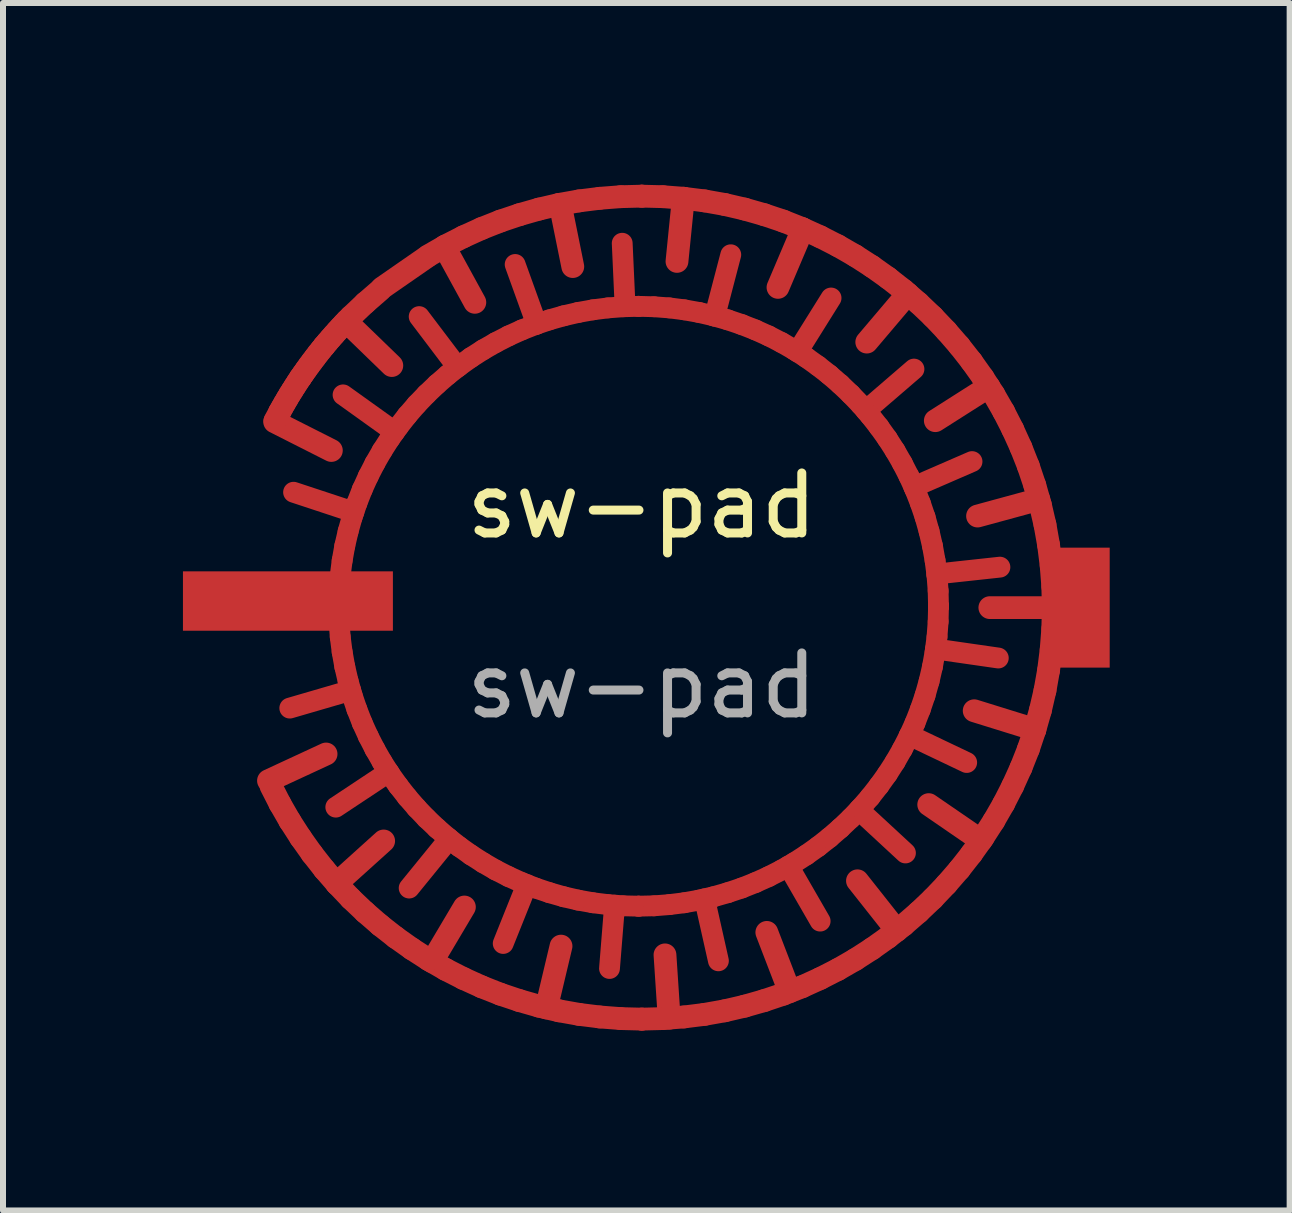
<source format=kicad_pcb>
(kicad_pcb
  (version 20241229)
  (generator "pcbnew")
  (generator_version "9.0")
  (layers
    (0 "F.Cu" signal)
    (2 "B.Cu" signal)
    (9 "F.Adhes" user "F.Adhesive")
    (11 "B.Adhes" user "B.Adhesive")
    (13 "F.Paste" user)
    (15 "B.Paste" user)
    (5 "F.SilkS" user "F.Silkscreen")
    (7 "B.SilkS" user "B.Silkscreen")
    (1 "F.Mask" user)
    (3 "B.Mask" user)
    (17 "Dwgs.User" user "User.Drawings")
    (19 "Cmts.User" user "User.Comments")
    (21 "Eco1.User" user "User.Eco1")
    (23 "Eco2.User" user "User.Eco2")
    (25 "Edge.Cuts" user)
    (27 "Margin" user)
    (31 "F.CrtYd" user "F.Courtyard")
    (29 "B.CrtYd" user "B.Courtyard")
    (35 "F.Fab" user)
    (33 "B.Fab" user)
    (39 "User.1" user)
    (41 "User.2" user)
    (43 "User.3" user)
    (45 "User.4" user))
  (footprint "sw-pad"
    (layer "F.Cu")
    (at 7.65 7.09)
    (property "Reference" "sw-pad" (at 0 -1.71 0) (unlocked yes) (layer "F.SilkS") (effects (font (size 1 1) (thickness 0.15))))
    (attr smd)
    (fp_line (start -6.224 2.875) (end -5.264 2.43) (stroke (width 0.38) (type solid)) (layer "F.Cu"))
    (fp_line (start -6.121 -3.108) (end -5.176 -2.63) (stroke (width 0.38) (type solid)) (layer "F.Cu"))
    (fp_line (start -6.115 -3.129) (end -6.036 -3.275) (stroke (width 0.38) (type solid)) (layer "F.Cu"))
    (fp_line (start -6.036 -3.275) (end -6.036 -3.275) (stroke (width 0.38) (type solid)) (layer "F.Cu"))
    (fp_line (start -6.036 -3.275) (end -5.996 -3.347) (stroke (width 0.38) (type solid)) (layer "F.Cu"))
    (fp_line (start -6.032 3.26) (end -6.183 2.964) (stroke (width 0.38) (type solid)) (layer "F.Cu"))
    (fp_line (start -5.996 -3.347) (end -5.955 -3.419) (stroke (width 0.38) (type solid)) (layer "F.Cu"))
    (fp_line (start -5.955 -3.419) (end -5.913 -3.491) (stroke (width 0.38) (type solid)) (layer "F.Cu"))
    (fp_line (start -5.913 -3.491) (end -5.871 -3.562) (stroke (width 0.38) (type solid)) (layer "F.Cu"))
    (fp_line (start -5.871 -3.562) (end -5.827 -3.632) (stroke (width 0.38) (type solid)) (layer "F.Cu"))
    (fp_line (start -5.867 3.547) (end -6.032 3.26) (stroke (width 0.38) (type solid)) (layer "F.Cu"))
    (fp_line (start -5.827 -3.632) (end -5.783 -3.702) (stroke (width 0.38) (type solid)) (layer "F.Cu"))
    (fp_line (start -5.783 -3.702) (end -5.738 -3.772) (stroke (width 0.38) (type solid)) (layer "F.Cu"))
    (fp_line (start -5.738 -3.772) (end -5.692 -3.841) (stroke (width 0.38) (type solid)) (layer "F.Cu"))
    (fp_line (start -5.692 -3.841) (end -5.692 -3.841) (stroke (width 0.38) (type solid)) (layer "F.Cu"))
    (fp_line (start -5.692 -3.841) (end -5.645 -3.909) (stroke (width 0.38) (type solid)) (layer "F.Cu"))
    (fp_line (start -5.688 3.825) (end -5.867 3.547) (stroke (width 0.38) (type solid)) (layer "F.Cu"))
    (fp_line (start -5.645 -3.909) (end -5.597 -3.977) (stroke (width 0.38) (type solid)) (layer "F.Cu"))
    (fp_line (start -5.597 -3.977) (end -5.549 -4.044) (stroke (width 0.38) (type solid)) (layer "F.Cu"))
    (fp_line (start -5.549 -4.044) (end -5.499 -4.111) (stroke (width 0.38) (type solid)) (layer "F.Cu"))
    (fp_line (start -5.499 -4.111) (end -5.449 -4.177) (stroke (width 0.38) (type solid)) (layer "F.Cu"))
    (fp_line (start -5.497 4.094) (end -5.688 3.825) (stroke (width 0.38) (type solid)) (layer "F.Cu"))
    (fp_line (start -5.449 -4.177) (end -5.399 -4.243) (stroke (width 0.38) (type solid)) (layer "F.Cu"))
    (fp_line (start -5.399 -4.243) (end -5.347 -4.308) (stroke (width 0.38) (type solid)) (layer "F.Cu"))
    (fp_line (start -5.347 -4.308) (end -5.295 -4.372) (stroke (width 0.38) (type solid)) (layer "F.Cu"))
    (fp_line (start -5.295 -4.372) (end -5.295 -4.372) (stroke (width 0.38) (type solid)) (layer "F.Cu"))
    (fp_line (start -5.295 -4.372) (end -5.242 -4.435) (stroke (width 0.38) (type solid)) (layer "F.Cu"))
    (fp_line (start -5.293 4.354) (end -5.497 4.094) (stroke (width 0.38) (type solid)) (layer "F.Cu"))
    (fp_line (start -5.242 -4.435) (end -5.188 -4.498) (stroke (width 0.38) (type solid)) (layer "F.Cu"))
    (fp_line (start -5.188 -4.498) (end -5.133 -4.56) (stroke (width 0.38) (type solid)) (layer "F.Cu"))
    (fp_line (start -5.133 -4.56) (end -5.078 -4.622) (stroke (width 0.38) (type solid)) (layer "F.Cu"))
    (fp_line (start -5.09 4.589) (end -4.304 3.88) (stroke (width 0.38) (type solid)) (layer "F.Cu"))
    (fp_line (start -5.078 -4.622) (end -5.022 -4.683) (stroke (width 0.38) (type solid)) (layer "F.Cu"))
    (fp_line (start -5.078 4.602) (end -5.293 4.354) (stroke (width 0.38) (type solid)) (layer "F.Cu"))
    (fp_line (start -5.028 -0.544) (end -4.996 -0.794) (stroke (width 0.347) (type solid)) (layer "F.Cu"))
    (fp_line (start -5.028 0.478) (end -5.047 0.224) (stroke (width 0.347) (type solid)) (layer "F.Cu"))
    (fp_line (start -5.022 -4.683) (end -4.966 -4.743) (stroke (width 0.38) (type solid)) (layer "F.Cu"))
    (fp_line (start -4.996 -0.794) (end -4.952 -1.04) (stroke (width 0.347) (type solid)) (layer "F.Cu"))
    (fp_line (start -4.996 0.729) (end -5.028 0.478) (stroke (width 0.347) (type solid)) (layer "F.Cu"))
    (fp_line (start -4.966 -4.743) (end -4.909 -4.802) (stroke (width 0.38) (type solid)) (layer "F.Cu"))
    (fp_line (start -4.952 -1.04) (end -4.896 -1.282) (stroke (width 0.347) (type solid)) (layer "F.Cu"))
    (fp_line (start -4.952 0.975) (end -4.996 0.729) (stroke (width 0.347) (type solid)) (layer "F.Cu"))
    (fp_line (start -4.928 -4.782) (end -4.168 -4.046) (stroke (width 0.38) (type solid)) (layer "F.Cu"))
    (fp_line (start -4.909 -4.802) (end -4.851 -4.861) (stroke (width 0.38) (type solid)) (layer "F.Cu"))
    (fp_line (start -4.896 -1.282) (end -4.829 -1.52) (stroke (width 0.347) (type solid)) (layer "F.Cu"))
    (fp_line (start -4.896 1.217) (end -4.952 0.975) (stroke (width 0.347) (type solid)) (layer "F.Cu"))
    (fp_line (start -4.853 1.369) (end -5.869 1.665) (stroke (width 0.347) (type solid)) (layer "F.Cu"))
    (fp_line (start -4.851 -4.861) (end -4.612 -5.088) (stroke (width 0.38) (type solid)) (layer "F.Cu"))
    (fp_line (start -4.851 4.841) (end -5.078 4.602) (stroke (width 0.38) (type solid)) (layer "F.Cu"))
    (fp_line (start -4.829 -1.52) (end -4.75 -1.752) (stroke (width 0.347) (type solid)) (layer "F.Cu"))
    (fp_line (start -4.829 1.454) (end -4.896 1.217) (stroke (width 0.347) (type solid)) (layer "F.Cu"))
    (fp_line (start -4.801 -1.602) (end -5.806 -1.934) (stroke (width 0.347) (type solid)) (layer "F.Cu"))
    (fp_line (start -4.75 -1.752) (end -4.661 -1.979) (stroke (width 0.347) (type solid)) (layer "F.Cu"))
    (fp_line (start -4.75 1.686) (end -4.829 1.454) (stroke (width 0.347) (type solid)) (layer "F.Cu"))
    (fp_line (start -4.661 -1.979) (end -4.56 -2.201) (stroke (width 0.347) (type solid)) (layer "F.Cu"))
    (fp_line (start -4.661 1.913) (end -4.75 1.686) (stroke (width 0.347) (type solid)) (layer "F.Cu"))
    (fp_line (start -4.612 -5.088) (end -4.364 -5.303) (stroke (width 0.38) (type solid)) (layer "F.Cu"))
    (fp_line (start -4.612 5.068) (end -4.851 4.841) (stroke (width 0.38) (type solid)) (layer "F.Cu"))
    (fp_line (start -4.56 -2.201) (end -4.45 -2.416) (stroke (width 0.347) (type solid)) (layer "F.Cu"))
    (fp_line (start -4.56 2.135) (end -4.661 1.913) (stroke (width 0.347) (type solid)) (layer "F.Cu"))
    (fp_line (start -4.45 -2.416) (end -4.33 -2.625) (stroke (width 0.347) (type solid)) (layer "F.Cu"))
    (fp_line (start -4.45 2.35) (end -4.56 2.135) (stroke (width 0.347) (type solid)) (layer "F.Cu"))
    (fp_line (start -4.364 5.283) (end -4.612 5.068) (stroke (width 0.38) (type solid)) (layer "F.Cu"))
    (fp_line (start -4.33 -2.625) (end -4.2 -2.828) (stroke (width 0.347) (type solid)) (layer "F.Cu"))
    (fp_line (start -4.33 2.56) (end -4.45 2.35) (stroke (width 0.347) (type solid)) (layer "F.Cu"))
    (fp_line (start -4.22 2.731) (end -5.102 3.316) (stroke (width 0.347) (type solid)) (layer "F.Cu"))
    (fp_line (start -4.2 -2.828) (end -4.06 -3.024) (stroke (width 0.347) (type solid)) (layer "F.Cu"))
    (fp_line (start -4.2 2.763) (end -4.33 2.56) (stroke (width 0.347) (type solid)) (layer "F.Cu"))
    (fp_line (start -4.121 -2.941) (end -4.981 -3.557) (stroke (width 0.347) (type solid)) (layer "F.Cu"))
    (fp_line (start -4.104 5.487) (end -4.364 5.283) (stroke (width 0.38) (type solid)) (layer "F.Cu"))
    (fp_line (start -4.06 -3.024) (end -3.912 -3.213) (stroke (width 0.347) (type solid)) (layer "F.Cu"))
    (fp_line (start -4.06 2.959) (end -4.2 2.763) (stroke (width 0.347) (type solid)) (layer "F.Cu"))
    (fp_line (start -3.912 -3.213) (end -3.755 -3.395) (stroke (width 0.347) (type solid)) (layer "F.Cu"))
    (fp_line (start -3.912 3.148) (end -4.06 2.959) (stroke (width 0.347) (type solid)) (layer "F.Cu"))
    (fp_line (start -3.835 5.678) (end -4.104 5.487) (stroke (width 0.38) (type solid)) (layer "F.Cu"))
    (fp_line (start -3.755 -3.395) (end -3.589 -3.568) (stroke (width 0.347) (type solid)) (layer "F.Cu"))
    (fp_line (start -3.755 3.329) (end -3.912 3.148) (stroke (width 0.347) (type solid)) (layer "F.Cu"))
    (fp_line (start -3.589 -3.568) (end -3.415 -3.734) (stroke (width 0.347) (type solid)) (layer "F.Cu"))
    (fp_line (start -3.589 3.503) (end -3.755 3.329) (stroke (width 0.347) (type solid)) (layer "F.Cu"))
    (fp_line (start -3.58 -5.86) (end -4.33 -5.34) (stroke (width 0.38) (type solid)) (layer "F.Cu"))
    (fp_line (start -3.557 -5.877) (end -3.27 -6.042) (stroke (width 0.38) (type solid)) (layer "F.Cu"))
    (fp_line (start -3.557 5.857) (end -3.835 5.678) (stroke (width 0.38) (type solid)) (layer "F.Cu"))
    (fp_line (start -3.498 5.891) (end -2.958 4.981) (stroke (width 0.38) (type solid)) (layer "F.Cu"))
    (fp_line (start -3.415 -3.734) (end -3.234 -3.891) (stroke (width 0.347) (type solid)) (layer "F.Cu"))
    (fp_line (start -3.415 3.668) (end -3.589 3.503) (stroke (width 0.347) (type solid)) (layer "F.Cu"))
    (fp_line (start -3.292 -6.028) (end -2.784 -5.1) (stroke (width 0.38) (type solid)) (layer "F.Cu"))
    (fp_line (start -3.27 -6.042) (end -2.974 -6.193) (stroke (width 0.38) (type solid)) (layer "F.Cu"))
    (fp_line (start -3.27 6.022) (end -3.557 5.857) (stroke (width 0.38) (type solid)) (layer "F.Cu"))
    (fp_line (start -3.234 -3.891) (end -3.045 -4.039) (stroke (width 0.347) (type solid)) (layer "F.Cu"))
    (fp_line (start -3.234 3.825) (end -3.415 3.668) (stroke (width 0.347) (type solid)) (layer "F.Cu"))
    (fp_line (start -3.211 3.844) (end -3.879 4.665) (stroke (width 0.347) (type solid)) (layer "F.Cu"))
    (fp_line (start -3.073 -4.018) (end -3.712 -4.862) (stroke (width 0.347) (type solid)) (layer "F.Cu"))
    (fp_line (start -3.045 -4.039) (end -2.849 -4.179) (stroke (width 0.347) (type solid)) (layer "F.Cu"))
    (fp_line (start -3.045 3.974) (end -3.234 3.825) (stroke (width 0.347) (type solid)) (layer "F.Cu"))
    (fp_line (start -2.974 -6.193) (end -2.67 -6.331) (stroke (width 0.38) (type solid)) (layer "F.Cu"))
    (fp_line (start -2.974 6.173) (end -3.27 6.022) (stroke (width 0.38) (type solid)) (layer "F.Cu"))
    (fp_line (start -2.849 -4.179) (end -2.646 -4.309) (stroke (width 0.347) (type solid)) (layer "F.Cu"))
    (fp_line (start -2.849 4.113) (end -3.045 3.974) (stroke (width 0.347) (type solid)) (layer "F.Cu"))
    (fp_line (start -2.67 -6.331) (end -2.359 -6.454) (stroke (width 0.38) (type solid)) (layer "F.Cu"))
    (fp_line (start -2.67 6.311) (end -2.974 6.173) (stroke (width 0.38) (type solid)) (layer "F.Cu"))
    (fp_line (start -2.646 -4.309) (end -2.437 -4.429) (stroke (width 0.347) (type solid)) (layer "F.Cu"))
    (fp_line (start -2.646 4.243) (end -2.849 4.113) (stroke (width 0.347) (type solid)) (layer "F.Cu"))
    (fp_line (start -2.437 -4.429) (end -2.221 -4.54) (stroke (width 0.347) (type solid)) (layer "F.Cu"))
    (fp_line (start -2.437 4.364) (end -2.646 4.243) (stroke (width 0.347) (type solid)) (layer "F.Cu"))
    (fp_line (start -2.359 -6.454) (end -2.04 -6.561) (stroke (width 0.38) (type solid)) (layer "F.Cu"))
    (fp_line (start -2.359 6.434) (end -2.67 6.311) (stroke (width 0.38) (type solid)) (layer "F.Cu"))
    (fp_line (start -2.221 -4.54) (end -2 -4.64) (stroke (width 0.347) (type solid)) (layer "F.Cu"))
    (fp_line (start -2.221 4.474) (end -2.437 4.364) (stroke (width 0.347) (type solid)) (layer "F.Cu"))
    (fp_line (start -2.04 -6.561) (end -1.714 -6.654) (stroke (width 0.38) (type solid)) (layer "F.Cu"))
    (fp_line (start -2.04 6.541) (end -2.359 6.434) (stroke (width 0.38) (type solid)) (layer "F.Cu"))
    (fp_line (start -2 -4.64) (end -1.773 -4.729) (stroke (width 0.347) (type solid)) (layer "F.Cu"))
    (fp_line (start -2 4.574) (end -2.221 4.474) (stroke (width 0.347) (type solid)) (layer "F.Cu"))
    (fp_line (start -1.917 4.607) (end -2.311 5.589) (stroke (width 0.347) (type solid)) (layer "F.Cu"))
    (fp_line (start -1.773 -4.729) (end -1.54 -4.808) (stroke (width 0.347) (type solid)) (layer "F.Cu"))
    (fp_line (start -1.773 4.664) (end -2 4.574) (stroke (width 0.347) (type solid)) (layer "F.Cu"))
    (fp_line (start -1.753 -4.735) (end -2.112 -5.731) (stroke (width 0.347) (type solid)) (layer "F.Cu"))
    (fp_line (start -1.714 -6.654) (end -1.383 -6.731) (stroke (width 0.38) (type solid)) (layer "F.Cu"))
    (fp_line (start -1.714 6.634) (end -2.04 6.541) (stroke (width 0.38) (type solid)) (layer "F.Cu"))
    (fp_line (start -1.592 6.663) (end -1.347 5.633) (stroke (width 0.38) (type solid)) (layer "F.Cu"))
    (fp_line (start -1.54 -4.808) (end -1.303 -4.875) (stroke (width 0.347) (type solid)) (layer "F.Cu"))
    (fp_line (start -1.54 4.742) (end -1.773 4.664) (stroke (width 0.347) (type solid)) (layer "F.Cu"))
    (fp_line (start -1.383 -6.731) (end -1.045 -6.791) (stroke (width 0.38) (type solid)) (layer "F.Cu"))
    (fp_line (start -1.382 6.711) (end -1.714 6.634) (stroke (width 0.38) (type solid)) (layer "F.Cu"))
    (fp_line (start -1.361 -6.733) (end -1.151 -5.696) (stroke (width 0.38) (type solid)) (layer "F.Cu"))
    (fp_line (start -1.303 -4.875) (end -1.061 -4.931) (stroke (width 0.347) (type solid)) (layer "F.Cu"))
    (fp_line (start -1.303 4.81) (end -1.54 4.742) (stroke (width 0.347) (type solid)) (layer "F.Cu"))
    (fp_line (start -1.061 -4.931) (end -0.815 -4.975) (stroke (width 0.347) (type solid)) (layer "F.Cu"))
    (fp_line (start -1.061 4.866) (end -1.303 4.81) (stroke (width 0.347) (type solid)) (layer "F.Cu"))
    (fp_line (start -1.045 -6.791) (end -0.701 -6.834) (stroke (width 0.38) (type solid)) (layer "F.Cu"))
    (fp_line (start -1.045 6.771) (end -1.382 6.711) (stroke (width 0.38) (type solid)) (layer "F.Cu"))
    (fp_line (start -0.815 -4.975) (end -0.565 -5.007) (stroke (width 0.347) (type solid)) (layer "F.Cu"))
    (fp_line (start -0.815 4.91) (end -1.061 4.866) (stroke (width 0.347) (type solid)) (layer "F.Cu"))
    (fp_line (start -0.701 -6.834) (end -0.353 -6.861) (stroke (width 0.38) (type solid)) (layer "F.Cu"))
    (fp_line (start -0.701 6.814) (end -1.045 6.771) (stroke (width 0.38) (type solid)) (layer "F.Cu"))
    (fp_line (start -0.565 -5.007) (end -0.311 -5.026) (stroke (width 0.347) (type solid)) (layer "F.Cu"))
    (fp_line (start -0.565 4.941) (end -0.815 4.91) (stroke (width 0.347) (type solid)) (layer "F.Cu"))
    (fp_line (start -0.454 4.951) (end -0.539 6.006) (stroke (width 0.347) (type solid)) (layer "F.Cu"))
    (fp_line (start -0.353 -6.861) (end 0.000004 -6.87) (stroke (width 0.38) (type solid)) (layer "F.Cu"))
    (fp_line (start -0.353 6.841) (end -0.701 6.814) (stroke (width 0.38) (type solid)) (layer "F.Cu"))
    (fp_line (start -0.311 -5.026) (end -0.054 -5.033) (stroke (width 0.347) (type solid)) (layer "F.Cu"))
    (fp_line (start -0.311 4.961) (end -0.565 4.941) (stroke (width 0.347) (type solid)) (layer "F.Cu"))
    (fp_line (start -0.279 -5.028) (end -0.327 -6.085) (stroke (width 0.347) (type solid)) (layer "F.Cu"))
    (fp_line (start -0.054 -5.033) (end -0.054 -5.033) (stroke (width 0.347) (type solid)) (layer "F.Cu"))
    (fp_line (start -0.054 -5.033) (end 0.204 -5.026) (stroke (width 0.347) (type solid)) (layer "F.Cu"))
    (fp_line (start -0.054 4.967) (end -0.311 4.961) (stroke (width 0.347) (type solid)) (layer "F.Cu"))
    (fp_line (start -0.054 4.967) (end -0.054 4.967) (stroke (width 0.347) (type solid)) (layer "F.Cu"))
    (fp_line (start 0.000004 -6.87) (end 0.000004 -6.87) (stroke (width 0.38) (type solid)) (layer "F.Cu"))
    (fp_line (start 0.000004 -6.87) (end 0.353 -6.861) (stroke (width 0.38) (type solid)) (layer "F.Cu"))
    (fp_line (start 0.000012 6.85) (end -0.353 6.841) (stroke (width 0.38) (type solid)) (layer "F.Cu"))
    (fp_line (start 0.000012 6.85) (end 0.000012 6.85) (stroke (width 0.38) (type solid)) (layer "F.Cu"))
    (fp_line (start 0.204 -5.026) (end 0.458 -5.007) (stroke (width 0.347) (type solid)) (layer "F.Cu"))
    (fp_line (start 0.204 4.961) (end -0.054 4.967) (stroke (width 0.347) (type solid)) (layer "F.Cu"))
    (fp_line (start 0.353 -6.861) (end 0.701 -6.834) (stroke (width 0.38) (type solid)) (layer "F.Cu"))
    (fp_line (start 0.353 6.841) (end 0.000012 6.85) (stroke (width 0.38) (type solid)) (layer "F.Cu"))
    (fp_line (start 0.456 6.835) (end 0.386 5.779) (stroke (width 0.38) (type solid)) (layer "F.Cu"))
    (fp_line (start 0.458 -5.007) (end 0.708 -4.975) (stroke (width 0.347) (type solid)) (layer "F.Cu"))
    (fp_line (start 0.458 4.941) (end 0.204 4.961) (stroke (width 0.347) (type solid)) (layer "F.Cu"))
    (fp_line (start 0.692 -6.835) (end 0.586 -5.782) (stroke (width 0.38) (type solid)) (layer "F.Cu"))
    (fp_line (start 0.701 -6.834) (end 1.045 -6.791) (stroke (width 0.38) (type solid)) (layer "F.Cu"))
    (fp_line (start 0.701 6.814) (end 0.353 6.841) (stroke (width 0.38) (type solid)) (layer "F.Cu"))
    (fp_line (start 0.708 -4.975) (end 0.954 -4.931) (stroke (width 0.347) (type solid)) (layer "F.Cu"))
    (fp_line (start 0.708 4.91) (end 0.458 4.941) (stroke (width 0.347) (type solid)) (layer "F.Cu"))
    (fp_line (start 0.954 -4.931) (end 1.196 -4.875) (stroke (width 0.347) (type solid)) (layer "F.Cu"))
    (fp_line (start 0.954 4.866) (end 0.708 4.91) (stroke (width 0.347) (type solid)) (layer "F.Cu"))
    (fp_line (start 1.045 4.845) (end 1.277 5.878) (stroke (width 0.347) (type solid)) (layer "F.Cu"))
    (fp_line (start 1.045 -6.791) (end 1.383 -6.731) (stroke (width 0.38) (type solid)) (layer "F.Cu"))
    (fp_line (start 1.045 6.771) (end 0.701 6.814) (stroke (width 0.38) (type solid)) (layer "F.Cu"))
    (fp_line (start 1.196 -4.875) (end 1.433 -4.808) (stroke (width 0.347) (type solid)) (layer "F.Cu"))
    (fp_line (start 1.196 4.81) (end 0.954 4.866) (stroke (width 0.347) (type solid)) (layer "F.Cu"))
    (fp_line (start 1.215 -4.869) (end 1.483 -5.893) (stroke (width 0.347) (type solid)) (layer "F.Cu"))
    (fp_line (start 1.383 -6.731) (end 1.714 -6.654) (stroke (width 0.38) (type solid)) (layer "F.Cu"))
    (fp_line (start 1.383 6.711) (end 1.045 6.771) (stroke (width 0.38) (type solid)) (layer "F.Cu"))
    (fp_line (start 1.433 -4.808) (end 1.666 -4.729) (stroke (width 0.347) (type solid)) (layer "F.Cu"))
    (fp_line (start 1.433 4.742) (end 1.196 4.81) (stroke (width 0.347) (type solid)) (layer "F.Cu"))
    (fp_line (start 1.666 -4.729) (end 1.893 -4.64) (stroke (width 0.347) (type solid)) (layer "F.Cu"))
    (fp_line (start 1.666 4.664) (end 1.433 4.742) (stroke (width 0.347) (type solid)) (layer "F.Cu"))
    (fp_line (start 1.714 -6.654) (end 2.04 -6.561) (stroke (width 0.38) (type solid)) (layer "F.Cu"))
    (fp_line (start 1.714 6.634) (end 1.383 6.711) (stroke (width 0.38) (type solid)) (layer "F.Cu"))
    (fp_line (start 1.893 -4.64) (end 2.114 -4.54) (stroke (width 0.347) (type solid)) (layer "F.Cu"))
    (fp_line (start 1.893 4.574) (end 1.666 4.664) (stroke (width 0.347) (type solid)) (layer "F.Cu"))
    (fp_line (start 2.04 -6.561) (end 2.359 -6.454) (stroke (width 0.38) (type solid)) (layer "F.Cu"))
    (fp_line (start 2.04 6.541) (end 1.714 6.634) (stroke (width 0.38) (type solid)) (layer "F.Cu"))
    (fp_line (start 2.114 -4.54) (end 2.33 -4.429) (stroke (width 0.347) (type solid)) (layer "F.Cu"))
    (fp_line (start 2.114 4.474) (end 1.893 4.574) (stroke (width 0.347) (type solid)) (layer "F.Cu"))
    (fp_line (start 2.33 -4.429) (end 2.539 -4.309) (stroke (width 0.347) (type solid)) (layer "F.Cu"))
    (fp_line (start 2.33 4.364) (end 2.114 4.474) (stroke (width 0.347) (type solid)) (layer "F.Cu"))
    (fp_line (start 2.359 -6.454) (end 2.67 -6.331) (stroke (width 0.38) (type solid)) (layer "F.Cu"))
    (fp_line (start 2.359 6.434) (end 2.04 6.541) (stroke (width 0.38) (type solid)) (layer "F.Cu"))
    (fp_line (start 2.444 4.299) (end 2.973 5.216) (stroke (width 0.347) (type solid)) (layer "F.Cu"))
    (fp_line (start 2.464 6.392) (end 2.084 5.404) (stroke (width 0.38) (type solid)) (layer "F.Cu"))
    (fp_line (start 2.539 -4.309) (end 2.742 -4.179) (stroke (width 0.347) (type solid)) (layer "F.Cu"))
    (fp_line (start 2.539 4.243) (end 2.33 4.364) (stroke (width 0.347) (type solid)) (layer "F.Cu"))
    (fp_line (start 2.594 -4.274) (end 3.155 -5.172) (stroke (width 0.347) (type solid)) (layer "F.Cu"))
    (fp_line (start 2.67 -6.331) (end 2.974 -6.193) (stroke (width 0.38) (type solid)) (layer "F.Cu"))
    (fp_line (start 2.67 6.311) (end 2.359 6.434) (stroke (width 0.38) (type solid)) (layer "F.Cu"))
    (fp_line (start 2.684 -6.323) (end 2.27 -5.349) (stroke (width 0.38) (type solid)) (layer "F.Cu"))
    (fp_line (start 2.742 -4.179) (end 2.938 -4.039) (stroke (width 0.347) (type solid)) (layer "F.Cu"))
    (fp_line (start 2.742 4.113) (end 2.539 4.243) (stroke (width 0.347) (type solid)) (layer "F.Cu"))
    (fp_line (start 2.938 -4.039) (end 3.127 -3.891) (stroke (width 0.347) (type solid)) (layer "F.Cu"))
    (fp_line (start 2.938 3.974) (end 2.742 4.113) (stroke (width 0.347) (type solid)) (layer "F.Cu"))
    (fp_line (start 2.974 -6.193) (end 3.27 -6.042) (stroke (width 0.38) (type solid)) (layer "F.Cu"))
    (fp_line (start 2.974 6.173) (end 2.67 6.311) (stroke (width 0.38) (type solid)) (layer "F.Cu"))
    (fp_line (start 3.127 -3.891) (end 3.308 -3.734) (stroke (width 0.347) (type solid)) (layer "F.Cu"))
    (fp_line (start 3.127 3.825) (end 2.938 3.974) (stroke (width 0.347) (type solid)) (layer "F.Cu"))
    (fp_line (start 3.27 -6.042) (end 3.557 -5.877) (stroke (width 0.38) (type solid)) (layer "F.Cu"))
    (fp_line (start 3.27 6.022) (end 2.974 6.173) (stroke (width 0.38) (type solid)) (layer "F.Cu"))
    (fp_line (start 3.308 -3.734) (end 3.482 -3.568) (stroke (width 0.347) (type solid)) (layer "F.Cu"))
    (fp_line (start 3.308 3.668) (end 3.127 3.825) (stroke (width 0.347) (type solid)) (layer "F.Cu"))
    (fp_line (start 3.482 -3.568) (end 3.648 -3.395) (stroke (width 0.347) (type solid)) (layer "F.Cu"))
    (fp_line (start 3.482 3.503) (end 3.308 3.668) (stroke (width 0.347) (type solid)) (layer "F.Cu"))
    (fp_line (start 3.557 -5.877) (end 3.835 -5.698) (stroke (width 0.38) (type solid)) (layer "F.Cu"))
    (fp_line (start 3.557 5.857) (end 3.27 6.022) (stroke (width 0.38) (type solid)) (layer "F.Cu"))
    (fp_line (start 3.618 3.361) (end 4.395 4.08) (stroke (width 0.347) (type solid)) (layer "F.Cu"))
    (fp_line (start 3.648 -3.395) (end 3.805 -3.213) (stroke (width 0.347) (type solid)) (layer "F.Cu"))
    (fp_line (start 3.648 3.329) (end 3.482 3.503) (stroke (width 0.347) (type solid)) (layer "F.Cu"))
    (fp_line (start 3.735 -3.296) (end 4.537 -3.987) (stroke (width 0.347) (type solid)) (layer "F.Cu"))
    (fp_line (start 3.805 -3.213) (end 3.953 -3.024) (stroke (width 0.347) (type solid)) (layer "F.Cu"))
    (fp_line (start 3.805 3.148) (end 3.648 3.329) (stroke (width 0.347) (type solid)) (layer "F.Cu"))
    (fp_line (start 3.835 -5.698) (end 4.104 -5.507) (stroke (width 0.38) (type solid)) (layer "F.Cu"))
    (fp_line (start 3.835 5.678) (end 3.557 5.857) (stroke (width 0.38) (type solid)) (layer "F.Cu"))
    (fp_line (start 3.953 -3.024) (end 4.093 -2.828) (stroke (width 0.347) (type solid)) (layer "F.Cu"))
    (fp_line (start 3.953 2.959) (end 3.805 3.148) (stroke (width 0.347) (type solid)) (layer "F.Cu"))
    (fp_line (start 4.093 -2.828) (end 4.223 -2.625) (stroke (width 0.347) (type solid)) (layer "F.Cu"))
    (fp_line (start 4.093 2.763) (end 3.953 2.959) (stroke (width 0.347) (type solid)) (layer "F.Cu"))
    (fp_line (start 4.104 -5.507) (end 4.364 -5.303) (stroke (width 0.38) (type solid)) (layer "F.Cu"))
    (fp_line (start 4.104 5.487) (end 3.835 5.678) (stroke (width 0.38) (type solid)) (layer "F.Cu"))
    (fp_line (start 4.223 -2.625) (end 4.343 -2.416) (stroke (width 0.347) (type solid)) (layer "F.Cu"))
    (fp_line (start 4.223 2.56) (end 4.093 2.763) (stroke (width 0.347) (type solid)) (layer "F.Cu"))
    (fp_line (start 4.251 5.374) (end 3.595 4.544) (stroke (width 0.38) (type solid)) (layer "F.Cu"))
    (fp_line (start 4.343 -2.416) (end 4.453 -2.201) (stroke (width 0.347) (type solid)) (layer "F.Cu"))
    (fp_line (start 4.343 2.35) (end 4.223 2.56) (stroke (width 0.347) (type solid)) (layer "F.Cu"))
    (fp_line (start 4.364 -5.303) (end 4.612 -5.088) (stroke (width 0.38) (type solid)) (layer "F.Cu"))
    (fp_line (start 4.364 5.283) (end 4.104 5.487) (stroke (width 0.38) (type solid)) (layer "F.Cu"))
    (fp_line (start 4.434 -5.244) (end 3.75 -4.437) (stroke (width 0.38) (type solid)) (layer "F.Cu"))
    (fp_line (start 4.453 -2.201) (end 4.554 -1.979) (stroke (width 0.347) (type solid)) (layer "F.Cu"))
    (fp_line (start 4.453 2.135) (end 4.343 2.35) (stroke (width 0.347) (type solid)) (layer "F.Cu"))
    (fp_line (start 4.461 2.117) (end 5.416 2.572) (stroke (width 0.347) (type solid)) (layer "F.Cu"))
    (fp_line (start 4.534 -2.023) (end 5.505 -2.445) (stroke (width 0.347) (type solid)) (layer "F.Cu"))
    (fp_line (start 4.554 -1.979) (end 4.643 -1.752) (stroke (width 0.347) (type solid)) (layer "F.Cu"))
    (fp_line (start 4.554 1.913) (end 4.453 2.135) (stroke (width 0.347) (type solid)) (layer "F.Cu"))
    (fp_line (start 4.612 -5.088) (end 4.851 -4.861) (stroke (width 0.38) (type solid)) (layer "F.Cu"))
    (fp_line (start 4.612 5.068) (end 4.364 5.283) (stroke (width 0.38) (type solid)) (layer "F.Cu"))
    (fp_line (start 4.643 -1.752) (end 4.722 -1.52) (stroke (width 0.347) (type solid)) (layer "F.Cu"))
    (fp_line (start 4.643 1.686) (end 4.554 1.913) (stroke (width 0.347) (type solid)) (layer "F.Cu"))
    (fp_line (start 4.722 -1.52) (end 4.789 -1.282) (stroke (width 0.347) (type solid)) (layer "F.Cu"))
    (fp_line (start 4.722 1.454) (end 4.643 1.686) (stroke (width 0.347) (type solid)) (layer "F.Cu"))
    (fp_line (start 4.789 -1.282) (end 4.845 -1.04) (stroke (width 0.347) (type solid)) (layer "F.Cu"))
    (fp_line (start 4.789 1.217) (end 4.722 1.454) (stroke (width 0.347) (type solid)) (layer "F.Cu"))
    (fp_line (start 4.845 -1.04) (end 4.889 -0.794) (stroke (width 0.347) (type solid)) (layer "F.Cu"))
    (fp_line (start 4.845 0.975) (end 4.789 1.217) (stroke (width 0.347) (type solid)) (layer "F.Cu"))
    (fp_line (start 4.851 -4.861) (end 5.078 -4.622) (stroke (width 0.38) (type solid)) (layer "F.Cu"))
    (fp_line (start 4.851 4.841) (end 4.612 5.068) (stroke (width 0.38) (type solid)) (layer "F.Cu"))
    (fp_line (start 4.889 -0.794) (end 4.921 -0.544) (stroke (width 0.347) (type solid)) (layer "F.Cu"))
    (fp_line (start 4.889 0.729) (end 4.845 0.975) (stroke (width 0.347) (type solid)) (layer "F.Cu"))
    (fp_line (start 4.896 0.679) (end 5.943 0.83) (stroke (width 0.347) (type solid)) (layer "F.Cu"))
    (fp_line (start 4.918 -0.571) (end 5.97 -0.685) (stroke (width 0.347) (type solid)) (layer "F.Cu"))
    (fp_line (start 4.921 -0.544) (end 4.94 -0.29) (stroke (width 0.347) (type solid)) (layer "F.Cu"))
    (fp_line (start 4.921 0.478) (end 4.889 0.729) (stroke (width 0.347) (type solid)) (layer "F.Cu"))
    (fp_line (start 4.94 -0.29) (end 4.946 -0.033) (stroke (width 0.347) (type solid)) (layer "F.Cu"))
    (fp_line (start 4.94 0.224) (end 4.921 0.478) (stroke (width 0.347) (type solid)) (layer "F.Cu"))
    (fp_line (start 4.946 -0.033) (end 4.94 0.224) (stroke (width 0.347) (type solid)) (layer "F.Cu"))
    (fp_line (start 4.946 -0.033) (end 4.946 -0.033) (stroke (width 0.347) (type solid)) (layer "F.Cu"))
    (fp_line (start 4.946 -0.033) (end 4.946 -0.033) (stroke (width 0.347) (type solid)) (layer "F.Cu"))
    (fp_line (start 5.078 -4.622) (end 5.293 -4.374) (stroke (width 0.38) (type solid)) (layer "F.Cu"))
    (fp_line (start 5.078 4.602) (end 4.851 4.841) (stroke (width 0.38) (type solid)) (layer "F.Cu"))
    (fp_line (start 5.293 -4.374) (end 5.497 -4.114) (stroke (width 0.38) (type solid)) (layer "F.Cu"))
    (fp_line (start 5.293 4.354) (end 5.078 4.602) (stroke (width 0.38) (type solid)) (layer "F.Cu"))
    (fp_line (start 5.497 -4.114) (end 5.688 -3.845) (stroke (width 0.38) (type solid)) (layer "F.Cu"))
    (fp_line (start 5.497 4.094) (end 5.293 4.354) (stroke (width 0.38) (type solid)) (layer "F.Cu"))
    (fp_line (start 5.655 3.873) (end 4.783 3.274) (stroke (width 0.38) (type solid)) (layer "F.Cu"))
    (fp_line (start 5.688 -3.845) (end 5.867 -3.567) (stroke (width 0.38) (type solid)) (layer "F.Cu"))
    (fp_line (start 5.688 3.825) (end 5.497 4.094) (stroke (width 0.38) (type solid)) (layer "F.Cu"))
    (fp_line (start 5.786 -3.695) (end 4.893 -3.127) (stroke (width 0.38) (type solid)) (layer "F.Cu"))
    (fp_line (start 5.867 -3.567) (end 6.032 -3.28) (stroke (width 0.38) (type solid)) (layer "F.Cu"))
    (fp_line (start 5.867 3.547) (end 5.688 3.825) (stroke (width 0.38) (type solid)) (layer "F.Cu"))
    (fp_line (start 6.032 -3.28) (end 6.183 -2.984) (stroke (width 0.38) (type solid)) (layer "F.Cu"))
    (fp_line (start 6.032 3.26) (end 5.867 3.547) (stroke (width 0.38) (type solid)) (layer "F.Cu"))
    (fp_line (start 6.183 -2.984) (end 6.321 -2.68) (stroke (width 0.38) (type solid)) (layer "F.Cu"))
    (fp_line (start 6.183 2.964) (end 6.032 3.26) (stroke (width 0.38) (type solid)) (layer "F.Cu"))
    (fp_line (start 6.321 -2.68) (end 6.444 -2.369) (stroke (width 0.38) (type solid)) (layer "F.Cu"))
    (fp_line (start 6.321 2.66) (end 6.183 2.964) (stroke (width 0.38) (type solid)) (layer "F.Cu"))
    (fp_line (start 6.444 -2.369) (end 6.551 -2.05) (stroke (width 0.38) (type solid)) (layer "F.Cu"))
    (fp_line (start 6.444 2.349) (end 6.321 2.66) (stroke (width 0.38) (type solid)) (layer "F.Cu"))
    (fp_line (start 6.551 -2.05) (end 6.644 -1.724) (stroke (width 0.38) (type solid)) (layer "F.Cu"))
    (fp_line (start 6.551 2.03) (end 6.444 2.349) (stroke (width 0.38) (type solid)) (layer "F.Cu"))
    (fp_line (start 6.552 2.023) (end 5.541 1.709) (stroke (width 0.38) (type solid)) (layer "F.Cu"))
    (fp_line (start 6.618 -1.815) (end 5.597 -1.537) (stroke (width 0.38) (type solid)) (layer "F.Cu"))
    (fp_line (start 6.644 -1.724) (end 6.721 -1.393) (stroke (width 0.38) (type solid)) (layer "F.Cu"))
    (fp_line (start 6.644 1.704) (end 6.551 2.03) (stroke (width 0.38) (type solid)) (layer "F.Cu"))
    (fp_line (start 6.721 -1.393) (end 6.781 -1.055) (stroke (width 0.38) (type solid)) (layer "F.Cu"))
    (fp_line (start 6.721 1.373) (end 6.644 1.704) (stroke (width 0.38) (type solid)) (layer "F.Cu"))
    (fp_line (start 6.781 -1.055) (end 6.824 -0.711) (stroke (width 0.38) (type solid)) (layer "F.Cu"))
    (fp_line (start 6.781 1.035) (end 6.721 1.373) (stroke (width 0.38) (type solid)) (layer "F.Cu"))
    (fp_line (start 6.824 -0.711) (end 6.851 -0.363) (stroke (width 0.38) (type solid)) (layer "F.Cu"))
    (fp_line (start 6.824 0.691) (end 6.781 1.035) (stroke (width 0.38) (type solid)) (layer "F.Cu"))
    (fp_line (start 6.851 -0.363) (end 6.86 -0.01) (stroke (width 0.38) (type solid)) (layer "F.Cu"))
    (fp_line (start 6.851 0.343) (end 6.824 0.691) (stroke (width 0.38) (type solid)) (layer "F.Cu"))
    (fp_line (start 6.86 -0.01) (end 5.802 -0.01) (stroke (width 0.38) (type solid)) (layer "F.Cu"))
    (fp_line (start 6.86 -0.01) (end 6.86 -0.01) (stroke (width 0.38) (type solid)) (layer "F.Cu"))
    (fp_line (start 6.86 -0.01) (end 6.851 0.343) (stroke (width 0.38) (type solid)) (layer "F.Cu"))
    (fp_circle (center -0.04 -0.05) (end 5.9 -0.05) (stroke (width 2.2) (type solid)) (fill no) (layer "F.Mask"))
    (fp_text user "${REFERENCE}" (at 0 1.29 0) (unlocked yes) (layer "F.Fab") (effects (font (size 1 1) (thickness 0.15))))
    (pad "1" connect rect (at -5.9 -0.12) (size 3.5 0.99) (layers "F.Cu" "F.Mask"))
    (pad "2" connect rect (at 7.3 -0.01 90) (size 2 1) (layers "F.Cu" "F.Mask")))
  (gr_rect
    (start -3 -3)
    (end 18.45 17.13)
    (stroke (width 0.1) (type default))
    (fill no)
    (layer "Edge.Cuts")))
</source>
